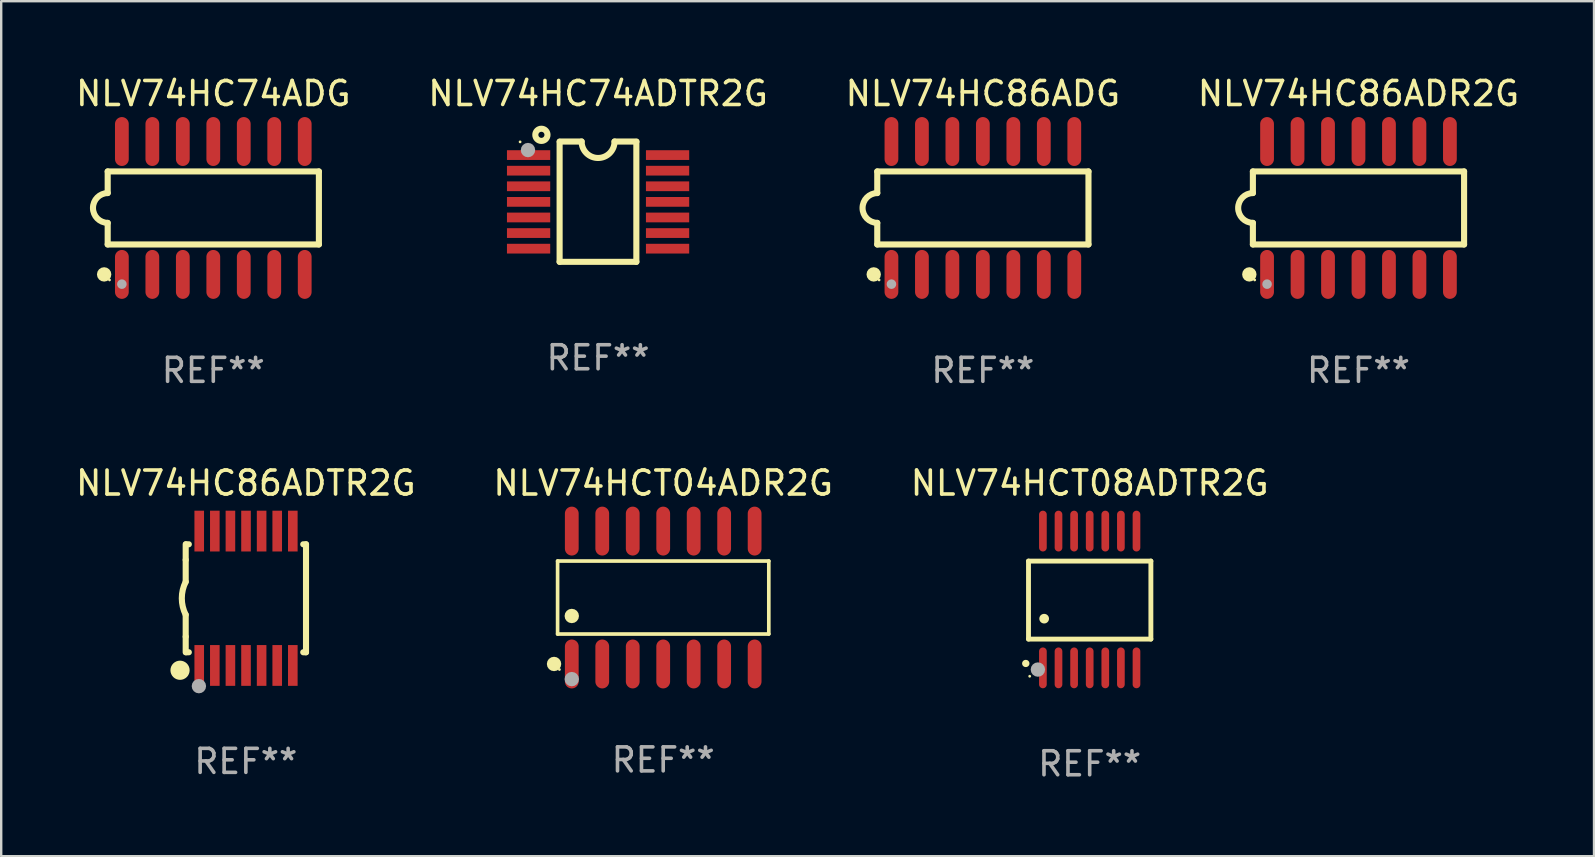
<source format=kicad_pcb>
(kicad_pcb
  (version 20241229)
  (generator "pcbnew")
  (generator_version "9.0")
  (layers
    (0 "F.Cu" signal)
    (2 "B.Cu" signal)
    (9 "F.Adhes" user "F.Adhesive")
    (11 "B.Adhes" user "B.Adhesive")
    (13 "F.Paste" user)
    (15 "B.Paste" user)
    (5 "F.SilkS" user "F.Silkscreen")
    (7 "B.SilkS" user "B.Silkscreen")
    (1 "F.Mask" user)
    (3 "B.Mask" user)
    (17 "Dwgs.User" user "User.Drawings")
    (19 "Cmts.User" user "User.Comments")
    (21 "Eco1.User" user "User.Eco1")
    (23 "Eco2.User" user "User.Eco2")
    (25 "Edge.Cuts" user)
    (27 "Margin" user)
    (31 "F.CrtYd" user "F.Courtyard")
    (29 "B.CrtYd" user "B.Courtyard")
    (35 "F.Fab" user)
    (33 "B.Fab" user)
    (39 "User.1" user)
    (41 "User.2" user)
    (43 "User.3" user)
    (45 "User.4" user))
  (footprint "NLV74HC74ADTR2G"
    (layer "F.Cu")
    (at 21.875 5.355)
    (property "Reference" "NLV74HC74ADTR2G" (at 0 -4.507 0) (layer "F.SilkS") (effects (font (size 1 1) (thickness 0.15))))
    (attr through_hole)
    (fp_line (start -1.603 2.507) (end -1.603 -2.494) (stroke (width 0.254) (type solid)) (layer "F.SilkS"))
    (fp_line (start -1.603 2.507) (end 1.595 2.507) (stroke (width 0.254) (type solid)) (layer "F.SilkS"))
    (fp_line (start -1.6 -2.507) (end -0.686 -2.507) (stroke (width 0.254) (type solid)) (layer "F.SilkS"))
    (fp_line (start 0.686 -2.507) (end 1.6 -2.507) (stroke (width 0.254) (type solid)) (layer "F.SilkS"))
    (fp_line (start 1.595 2.507) (end 1.595 -2.494) (stroke (width 0.254) (type solid)) (layer "F.SilkS"))
    (fp_arc (start 0.685852 -2.506998) (mid 0.000051 -1.821197) (end -0.68575 -2.506998) (stroke (width 0.254001) (type solid)) (layer "F.SilkS"))
    (fp_circle (center -3.25 -2.492) (end -3.22 -2.492) (stroke (width 0.06) (type solid)) (fill no) (layer "F.SilkS"))
    (fp_circle (center -2.362 -2.786) (end -2.108 -2.786) (stroke (width 0.254) (type solid)) (fill no) (layer "F.SilkS"))
    (fp_circle (center -2.921 -2.151) (end -2.771 -2.151) (stroke (width 0.3) (type solid)) (fill no) (layer "F.Fab"))
    (fp_text user "REF**" (at 0 6.507 0) (layer "F.Fab") (effects (font (size 1 1) (thickness 0.15))))
    (pad "1" smd rect (at -2.896 -1.942) (size 1.803 0.406) (layers "F.Cu" "F.Mask" "F.Paste"))
    (pad "2" smd rect (at -2.896 -1.292) (size 1.803 0.406) (layers "F.Cu" "F.Mask" "F.Paste"))
    (pad "3" smd rect (at -2.896 -0.642) (size 1.803 0.406) (layers "F.Cu" "F.Mask" "F.Paste"))
    (pad "4" smd rect (at -2.896 0.008) (size 1.803 0.406) (layers "F.Cu" "F.Mask" "F.Paste"))
    (pad "5" smd rect (at -2.896 0.658) (size 1.803 0.406) (layers "F.Cu" "F.Mask" "F.Paste"))
    (pad "6" smd rect (at -2.896 1.308) (size 1.803 0.406) (layers "F.Cu" "F.Mask" "F.Paste"))
    (pad "7" smd rect (at -2.896 1.958) (size 1.803 0.406) (layers "F.Cu" "F.Mask" "F.Paste"))
    (pad "8" smd rect (at 2.896 1.958) (size 1.803 0.406) (layers "F.Cu" "F.Mask" "F.Paste"))
    (pad "9" smd rect (at 2.896 1.308) (size 1.803 0.406) (layers "F.Cu" "F.Mask" "F.Paste"))
    (pad "10" smd rect (at 2.896 0.658) (size 1.803 0.406) (layers "F.Cu" "F.Mask" "F.Paste"))
    (pad "11" smd rect (at 2.896 0.008) (size 1.803 0.406) (layers "F.Cu" "F.Mask" "F.Paste"))
    (pad "12" smd rect (at 2.896 -0.642) (size 1.803 0.406) (layers "F.Cu" "F.Mask" "F.Paste"))
    (pad "13" smd rect (at 2.896 -1.292) (size 1.803 0.406) (layers "F.Cu" "F.Mask" "F.Paste"))
    (pad "14" smd rect (at 2.896 -1.942) (size 1.803 0.406) (layers "F.Cu" "F.Mask" "F.Paste")))
  (footprint "NLV74HC86ADR2G"
    (layer "F.Cu")
    (at 53.565 5.617)
    (property "Reference" "NLV74HC86ADR2G" (at 0 -4.769 0) (layer "F.SilkS") (effects (font (size 1 1) (thickness 0.15))))
    (attr through_hole)
    (fp_line (start -4.401 -1.522) (end -4.401 -0.622) (stroke (width 0.254) (type solid)) (layer "F.SilkS"))
    (fp_line (start -4.401 -1.522) (end 4.401 -1.522) (stroke (width 0.254) (type solid)) (layer "F.SilkS"))
    (fp_line (start -4.401 1.521) (end -4.401 0.621) (stroke (width 0.254) (type solid)) (layer "F.SilkS"))
    (fp_line (start 4.401 -1.522) (end 4.401 1.521) (stroke (width 0.254) (type solid)) (layer "F.SilkS"))
    (fp_line (start 4.401 1.521) (end -4.401 1.521) (stroke (width 0.254) (type solid)) (layer "F.SilkS"))
    (fp_arc (start -4.401219 0.621311) (mid -5.021261 -0.000419) (end -4.400101 -0.621032) (stroke (width 0.254001) (type solid)) (layer "F.SilkS"))
    (fp_circle (center -4.549 2.769) (end -4.399 2.769) (stroke (width 0.3) (type solid)) (fill no) (layer "F.SilkS"))
    (fp_circle (center -4.325 3) (end -4.295 3) (stroke (width 0.06) (type solid)) (fill no) (layer "F.SilkS"))
    (fp_circle (center -3.81 3.175) (end -3.71 3.175) (stroke (width 0.2) (type solid)) (fill no) (layer "F.Fab"))
    (fp_text user "REF**" (at 0 6.769 0) (layer "F.Fab") (effects (font (size 1 1) (thickness 0.15))))
    (pad "1" smd oval (at -3.81 2.769) (size 0.574 2.038) (layers "F.Cu" "F.Mask" "F.Paste"))
    (pad "2" smd oval (at -2.54 2.769) (size 0.574 2.038) (layers "F.Cu" "F.Mask" "F.Paste"))
    (pad "3" smd oval (at -1.27 2.769) (size 0.574 2.038) (layers "F.Cu" "F.Mask" "F.Paste"))
    (pad "4" smd oval (at -0.000051 2.769) (size 0.574 2.038) (layers "F.Cu" "F.Mask" "F.Paste"))
    (pad "5" smd oval (at 1.27 2.769) (size 0.574 2.038) (layers "F.Cu" "F.Mask" "F.Paste"))
    (pad "6" smd oval (at 2.54 2.769) (size 0.574 2.038) (layers "F.Cu" "F.Mask" "F.Paste"))
    (pad "7" smd oval (at 3.81 2.769) (size 0.574 2.038) (layers "F.Cu" "F.Mask" "F.Paste"))
    (pad "8" smd oval (at 3.81 -2.769) (size 0.574 2.038) (layers "F.Cu" "F.Mask" "F.Paste"))
    (pad "9" smd oval (at 2.54 -2.769) (size 0.574 2.038) (layers "F.Cu" "F.Mask" "F.Paste"))
    (pad "10" smd oval (at 1.27 -2.769) (size 0.574 2.038) (layers "F.Cu" "F.Mask" "F.Paste"))
    (pad "11" smd oval (at -0.000051 -2.769) (size 0.574 2.038) (layers "F.Cu" "F.Mask" "F.Paste"))
    (pad "12" smd oval (at -1.27 -2.769) (size 0.574 2.038) (layers "F.Cu" "F.Mask" "F.Paste"))
    (pad "13" smd oval (at -2.54 -2.769) (size 0.574 2.038) (layers "F.Cu" "F.Mask" "F.Paste"))
    (pad "14" smd oval (at -3.81 -2.769) (size 0.574 2.038) (layers "F.Cu" "F.Mask" "F.Paste")))
  (footprint "NLV74HC74ADG"
    (layer "F.Cu")
    (at 5.839 5.617)
    (property "Reference" "NLV74HC74ADG" (at 0 -4.769 0) (layer "F.SilkS") (effects (font (size 1 1) (thickness 0.15))))
    (attr through_hole)
    (fp_line (start -4.401 -1.522) (end -4.401 -0.622) (stroke (width 0.254) (type solid)) (layer "F.SilkS"))
    (fp_line (start -4.401 -1.522) (end 4.401 -1.522) (stroke (width 0.254) (type solid)) (layer "F.SilkS"))
    (fp_line (start -4.401 1.521) (end -4.401 0.621) (stroke (width 0.254) (type solid)) (layer "F.SilkS"))
    (fp_line (start 4.401 -1.522) (end 4.401 1.521) (stroke (width 0.254) (type solid)) (layer "F.SilkS"))
    (fp_line (start 4.401 1.521) (end -4.401 1.521) (stroke (width 0.254) (type solid)) (layer "F.SilkS"))
    (fp_arc (start -4.401219 0.621311) (mid -5.021261 -0.000419) (end -4.400101 -0.621032) (stroke (width 0.254001) (type solid)) (layer "F.SilkS"))
    (fp_circle (center -4.549 2.769) (end -4.399 2.769) (stroke (width 0.3) (type solid)) (fill no) (layer "F.SilkS"))
    (fp_circle (center -4.325 3) (end -4.295 3) (stroke (width 0.06) (type solid)) (fill no) (layer "F.SilkS"))
    (fp_circle (center -3.81 3.175) (end -3.71 3.175) (stroke (width 0.2) (type solid)) (fill no) (layer "F.Fab"))
    (fp_text user "REF**" (at 0 6.769 0) (layer "F.Fab") (effects (font (size 1 1) (thickness 0.15))))
    (pad "1" smd oval (at -3.81 2.769) (size 0.574 2.038) (layers "F.Cu" "F.Mask" "F.Paste"))
    (pad "2" smd oval (at -2.54 2.769) (size 0.574 2.038) (layers "F.Cu" "F.Mask" "F.Paste"))
    (pad "3" smd oval (at -1.27 2.769) (size 0.574 2.038) (layers "F.Cu" "F.Mask" "F.Paste"))
    (pad "4" smd oval (at -0.000051 2.769) (size 0.574 2.038) (layers "F.Cu" "F.Mask" "F.Paste"))
    (pad "5" smd oval (at 1.27 2.769) (size 0.574 2.038) (layers "F.Cu" "F.Mask" "F.Paste"))
    (pad "6" smd oval (at 2.54 2.769) (size 0.574 2.038) (layers "F.Cu" "F.Mask" "F.Paste"))
    (pad "7" smd oval (at 3.81 2.769) (size 0.574 2.038) (layers "F.Cu" "F.Mask" "F.Paste"))
    (pad "8" smd oval (at 3.81 -2.769) (size 0.574 2.038) (layers "F.Cu" "F.Mask" "F.Paste"))
    (pad "9" smd oval (at 2.54 -2.769) (size 0.574 2.038) (layers "F.Cu" "F.Mask" "F.Paste"))
    (pad "10" smd oval (at 1.27 -2.769) (size 0.574 2.038) (layers "F.Cu" "F.Mask" "F.Paste"))
    (pad "11" smd oval (at -0.000051 -2.769) (size 0.574 2.038) (layers "F.Cu" "F.Mask" "F.Paste"))
    (pad "12" smd oval (at -1.27 -2.769) (size 0.574 2.038) (layers "F.Cu" "F.Mask" "F.Paste"))
    (pad "13" smd oval (at -2.54 -2.769) (size 0.574 2.038) (layers "F.Cu" "F.Mask" "F.Paste"))
    (pad "14" smd oval (at -3.81 -2.769) (size 0.574 2.038) (layers "F.Cu" "F.Mask" "F.Paste")))
  (footprint "NLV74HCT08ADTR2G"
    (layer "F.Cu")
    (at 42.363 21.933)
    (property "Reference" "NLV74HCT08ADTR2G" (at 0 -4.85 0) (layer "F.SilkS") (effects (font (size 1 1) (thickness 0.15))))
    (attr through_hole)
    (fp_line (start -2.55 -1.6) (end 2.55 -1.6) (stroke (width 0.203) (type solid)) (layer "F.SilkS"))
    (fp_line (start -2.55 1.651) (end -2.55 -1.6) (stroke (width 0.203) (type solid)) (layer "F.SilkS"))
    (fp_line (start 2.55 -1.6) (end 2.55 1.651) (stroke (width 0.203) (type solid)) (layer "F.SilkS"))
    (fp_line (start 2.55 1.651) (end -2.55 1.651) (stroke (width 0.203) (type solid)) (layer "F.SilkS"))
    (fp_arc (start -2.667005 2.667005) (mid -2.663677 2.667046) (end -2.66035 2.667157) (stroke (width 0.3) (type solid)) (layer "F.SilkS"))
    (fp_arc (start -1.9 0.8) (mid -1.897803 0.800014) (end -1.895606 0.800051) (stroke (width 0.4) (type solid)) (layer "F.SilkS"))
    (fp_circle (center -2.5 3.2) (end -2.47 3.2) (stroke (width 0.06) (type solid)) (fill no) (layer "F.SilkS"))
    (fp_circle (center -2.159 2.921) (end -2.009 2.921) (stroke (width 0.3) (type solid)) (fill no) (layer "F.Fab"))
    (fp_text user "REF**" (at 0 6.85 0) (layer "F.Fab") (effects (font (size 1 1) (thickness 0.15))))
    (pad "1" smd oval (at -1.95 2.85 180) (size 0.32 1.7) (layers "F.Cu" "F.Mask" "F.Paste"))
    (pad "2" smd oval (at -1.3 2.85 180) (size 0.32 1.7) (layers "F.Cu" "F.Mask" "F.Paste"))
    (pad "3" smd oval (at -0.65 2.85 180) (size 0.32 1.7) (layers "F.Cu" "F.Mask" "F.Paste"))
    (pad "4" smd oval (at 0 2.85 180) (size 0.32 1.7) (layers "F.Cu" "F.Mask" "F.Paste"))
    (pad "5" smd oval (at 0.65 2.85 180) (size 0.32 1.7) (layers "F.Cu" "F.Mask" "F.Paste"))
    (pad "6" smd oval (at 1.3 2.85 180) (size 0.32 1.7) (layers "F.Cu" "F.Mask" "F.Paste"))
    (pad "7" smd oval (at 1.95 2.85 180) (size 0.32 1.7) (layers "F.Cu" "F.Mask" "F.Paste"))
    (pad "8" smd oval (at 1.95 -2.85 180) (size 0.32 1.7) (layers "F.Cu" "F.Mask" "F.Paste"))
    (pad "9" smd oval (at 1.3 -2.85 180) (size 0.32 1.7) (layers "F.Cu" "F.Mask" "F.Paste"))
    (pad "10" smd oval (at 0.65 -2.85 180) (size 0.32 1.7) (layers "F.Cu" "F.Mask" "F.Paste"))
    (pad "11" smd oval (at 0 -2.85 180) (size 0.32 1.7) (layers "F.Cu" "F.Mask" "F.Paste"))
    (pad "12" smd oval (at -0.65 -2.85 180) (size 0.32 1.7) (layers "F.Cu" "F.Mask" "F.Paste"))
    (pad "13" smd oval (at -1.3 -2.85 180) (size 0.32 1.7) (layers "F.Cu" "F.Mask" "F.Paste"))
    (pad "14" smd oval (at -1.95 -2.85 180) (size 0.32 1.7) (layers "F.Cu" "F.Mask" "F.Paste")))
  (footprint "NLV74HC86ADG"
    (layer "F.Cu")
    (at 37.911 5.617)
    (property "Reference" "NLV74HC86ADG" (at 0 -4.769 0) (layer "F.SilkS") (effects (font (size 1 1) (thickness 0.15))))
    (attr through_hole)
    (fp_line (start -4.401 -1.522) (end -4.401 -0.622) (stroke (width 0.254) (type solid)) (layer "F.SilkS"))
    (fp_line (start -4.401 -1.522) (end 4.401 -1.522) (stroke (width 0.254) (type solid)) (layer "F.SilkS"))
    (fp_line (start -4.401 1.521) (end -4.401 0.621) (stroke (width 0.254) (type solid)) (layer "F.SilkS"))
    (fp_line (start 4.401 -1.522) (end 4.401 1.521) (stroke (width 0.254) (type solid)) (layer "F.SilkS"))
    (fp_line (start 4.401 1.521) (end -4.401 1.521) (stroke (width 0.254) (type solid)) (layer "F.SilkS"))
    (fp_arc (start -4.401219 0.621311) (mid -5.021261 -0.000419) (end -4.400101 -0.621032) (stroke (width 0.254001) (type solid)) (layer "F.SilkS"))
    (fp_circle (center -4.549 2.769) (end -4.399 2.769) (stroke (width 0.3) (type solid)) (fill no) (layer "F.SilkS"))
    (fp_circle (center -4.325 3) (end -4.295 3) (stroke (width 0.06) (type solid)) (fill no) (layer "F.SilkS"))
    (fp_circle (center -3.81 3.175) (end -3.71 3.175) (stroke (width 0.2) (type solid)) (fill no) (layer "F.Fab"))
    (fp_text user "REF**" (at 0 6.769 0) (layer "F.Fab") (effects (font (size 1 1) (thickness 0.15))))
    (pad "1" smd oval (at -3.81 2.769) (size 0.574 2.038) (layers "F.Cu" "F.Mask" "F.Paste"))
    (pad "2" smd oval (at -2.54 2.769) (size 0.574 2.038) (layers "F.Cu" "F.Mask" "F.Paste"))
    (pad "3" smd oval (at -1.27 2.769) (size 0.574 2.038) (layers "F.Cu" "F.Mask" "F.Paste"))
    (pad "4" smd oval (at -0.000051 2.769) (size 0.574 2.038) (layers "F.Cu" "F.Mask" "F.Paste"))
    (pad "5" smd oval (at 1.27 2.769) (size 0.574 2.038) (layers "F.Cu" "F.Mask" "F.Paste"))
    (pad "6" smd oval (at 2.54 2.769) (size 0.574 2.038) (layers "F.Cu" "F.Mask" "F.Paste"))
    (pad "7" smd oval (at 3.81 2.769) (size 0.574 2.038) (layers "F.Cu" "F.Mask" "F.Paste"))
    (pad "8" smd oval (at 3.81 -2.769) (size 0.574 2.038) (layers "F.Cu" "F.Mask" "F.Paste"))
    (pad "9" smd oval (at 2.54 -2.769) (size 0.574 2.038) (layers "F.Cu" "F.Mask" "F.Paste"))
    (pad "10" smd oval (at 1.27 -2.769) (size 0.574 2.038) (layers "F.Cu" "F.Mask" "F.Paste"))
    (pad "11" smd oval (at -0.000051 -2.769) (size 0.574 2.038) (layers "F.Cu" "F.Mask" "F.Paste"))
    (pad "12" smd oval (at -1.27 -2.769) (size 0.574 2.038) (layers "F.Cu" "F.Mask" "F.Paste"))
    (pad "13" smd oval (at -2.54 -2.769) (size 0.574 2.038) (layers "F.Cu" "F.Mask" "F.Paste"))
    (pad "14" smd oval (at -3.81 -2.769) (size 0.574 2.038) (layers "F.Cu" "F.Mask" "F.Paste")))
  (footprint "NLV74HCT04ADR2G"
    (layer "F.Cu")
    (at 24.589 21.852)
    (property "Reference" "NLV74HCT04ADR2G" (at 0 -4.769 0) (layer "F.SilkS") (effects (font (size 1 1) (thickness 0.15))))
    (attr through_hole)
    (fp_line (start -4.401 -1.521) (end 4.401 -1.521) (stroke (width 0.152) (type solid)) (layer "F.SilkS"))
    (fp_line (start -4.401 1.521) (end -4.401 -1.521) (stroke (width 0.152) (type solid)) (layer "F.SilkS"))
    (fp_line (start 4.401 -1.521) (end 4.401 1.521) (stroke (width 0.152) (type solid)) (layer "F.SilkS"))
    (fp_line (start 4.401 1.521) (end -4.401 1.521) (stroke (width 0.152) (type solid)) (layer "F.SilkS"))
    (fp_circle (center -4.549 2.769) (end -4.399 2.769) (stroke (width 0.3) (type solid)) (fill no) (layer "F.SilkS"))
    (fp_circle (center -4.325 3) (end -4.295 3) (stroke (width 0.06) (type solid)) (fill no) (layer "F.SilkS"))
    (fp_circle (center -3.81 0.769) (end -3.66 0.769) (stroke (width 0.3) (type solid)) (fill no) (layer "F.SilkS"))
    (fp_circle (center -3.81 3.4) (end -3.66 3.4) (stroke (width 0.3) (type solid)) (fill no) (layer "F.Fab"))
    (fp_text user "REF**" (at 0 6.769 0) (layer "F.Fab") (effects (font (size 1 1) (thickness 0.15))))
    (pad "1" smd oval (at -3.81 2.769) (size 0.574 2.038) (layers "F.Cu" "F.Mask" "F.Paste"))
    (pad "2" smd oval (at -2.54 2.769) (size 0.574 2.038) (layers "F.Cu" "F.Mask" "F.Paste"))
    (pad "3" smd oval (at -1.27 2.769) (size 0.574 2.038) (layers "F.Cu" "F.Mask" "F.Paste"))
    (pad "4" smd oval (at 0 2.769) (size 0.574 2.038) (layers "F.Cu" "F.Mask" "F.Paste"))
    (pad "5" smd oval (at 1.27 2.769) (size 0.574 2.038) (layers "F.Cu" "F.Mask" "F.Paste"))
    (pad "6" smd oval (at 2.54 2.769) (size 0.574 2.038) (layers "F.Cu" "F.Mask" "F.Paste"))
    (pad "7" smd oval (at 3.81 2.769) (size 0.574 2.038) (layers "F.Cu" "F.Mask" "F.Paste"))
    (pad "8" smd oval (at 3.81 -2.769) (size 0.574 2.038) (layers "F.Cu" "F.Mask" "F.Paste"))
    (pad "9" smd oval (at 2.54 -2.769) (size 0.574 2.038) (layers "F.Cu" "F.Mask" "F.Paste"))
    (pad "10" smd oval (at 1.27 -2.769) (size 0.574 2.038) (layers "F.Cu" "F.Mask" "F.Paste"))
    (pad "11" smd oval (at 0 -2.769) (size 0.574 2.038) (layers "F.Cu" "F.Mask" "F.Paste"))
    (pad "12" smd oval (at -1.27 -2.769) (size 0.574 2.038) (layers "F.Cu" "F.Mask" "F.Paste"))
    (pad "13" smd oval (at -2.54 -2.769) (size 0.574 2.038) (layers "F.Cu" "F.Mask" "F.Paste"))
    (pad "14" smd oval (at -3.81 -2.769) (size 0.574 2.038) (layers "F.Cu" "F.Mask" "F.Paste")))
  (footprint "NLV74HC86ADTR2G"
    (layer "F.Cu")
    (at 7.196 21.883)
    (property "Reference" "NLV74HC86ADTR2G" (at 0 -4.8 0) (layer "F.SilkS") (effects (font (size 1 1) (thickness 0.15))))
    (attr through_hole)
    (fp_line (start -2.507 -1.6) (end -2.507 -2.25) (stroke (width 0.254) (type solid)) (layer "F.SilkS"))
    (fp_line (start -2.507 -0.686) (end -2.507 -1.6) (stroke (width 0.254) (type solid)) (layer "F.SilkS"))
    (fp_line (start -2.507 1.6) (end -2.507 0.686) (stroke (width 0.254) (type solid)) (layer "F.SilkS"))
    (fp_line (start -2.507 1.6) (end -2.507 2.25) (stroke (width 0.254) (type solid)) (layer "F.SilkS"))
    (fp_line (start -2.493 -2.25) (end -2.377 -2.25) (stroke (width 0.254) (type solid)) (layer "F.SilkS"))
    (fp_line (start -2.377 2.25) (end -2.493 2.25) (stroke (width 0.254) (type solid)) (layer "F.SilkS"))
    (fp_line (start 2.392 -2.25) (end 2.507 -2.25) (stroke (width 0.254) (type solid)) (layer "F.SilkS"))
    (fp_line (start 2.507 -2.25) (end 2.507 2.25) (stroke (width 0.254) (type solid)) (layer "F.SilkS"))
    (fp_line (start 2.507 2.25) (end 2.392 2.25) (stroke (width 0.254) (type solid)) (layer "F.SilkS"))
    (fp_arc (start -2.507303 0.685802) (mid -2.669199 0) (end -2.507303 -0.685801) (stroke (width 0.254001) (type solid)) (layer "F.SilkS"))
    (fp_circle (center -2.743 3) (end -2.543 3) (stroke (width 0.4) (type solid)) (fill no) (layer "F.SilkS"))
    (fp_circle (center -2.493 3.2) (end -2.463 3.2) (stroke (width 0.06) (type solid)) (fill no) (layer "F.SilkS"))
    (fp_circle (center -1.957 3.662) (end -1.807 3.662) (stroke (width 0.3) (type solid)) (fill no) (layer "F.Fab"))
    (fp_text user "REF**" (at 0 6.8 0) (layer "F.Fab") (effects (font (size 1 1) (thickness 0.15))))
    (pad "1" smd rect (at -1.943 2.8) (size 0.4 1.7) (layers "F.Cu" "F.Mask" "F.Paste"))
    (pad "2" smd rect (at -1.293 2.8) (size 0.4 1.7) (layers "F.Cu" "F.Mask" "F.Paste"))
    (pad "3" smd rect (at -0.643 2.8) (size 0.4 1.7) (layers "F.Cu" "F.Mask" "F.Paste"))
    (pad "4" smd rect (at 0.007 2.8) (size 0.4 1.7) (layers "F.Cu" "F.Mask" "F.Paste"))
    (pad "5" smd rect (at 0.657 2.8) (size 0.4 1.7) (layers "F.Cu" "F.Mask" "F.Paste"))
    (pad "6" smd rect (at 1.307 2.8) (size 0.4 1.7) (layers "F.Cu" "F.Mask" "F.Paste"))
    (pad "7" smd rect (at 1.957 2.8) (size 0.4 1.7) (layers "F.Cu" "F.Mask" "F.Paste"))
    (pad "8" smd rect (at 1.957 -2.8) (size 0.4 1.7) (layers "F.Cu" "F.Mask" "F.Paste"))
    (pad "9" smd rect (at 1.307 -2.8) (size 0.4 1.7) (layers "F.Cu" "F.Mask" "F.Paste"))
    (pad "10" smd rect (at 0.657 -2.8) (size 0.4 1.7) (layers "F.Cu" "F.Mask" "F.Paste"))
    (pad "11" smd rect (at 0.007 -2.8) (size 0.4 1.7) (layers "F.Cu" "F.Mask" "F.Paste"))
    (pad "12" smd rect (at -0.643 -2.8) (size 0.4 1.7) (layers "F.Cu" "F.Mask" "F.Paste"))
    (pad "13" smd rect (at -1.293 -2.8) (size 0.4 1.7) (layers "F.Cu" "F.Mask" "F.Paste"))
    (pad "14" smd rect (at -1.943 -2.8) (size 0.4 1.7) (layers "F.Cu" "F.Mask" "F.Paste")))
  (gr_rect
    (start -3 -3)
    (end 63.381 32.631)
    (stroke (width 0.1) (type default))
    (fill no)
    (layer "Edge.Cuts")))
</source>
